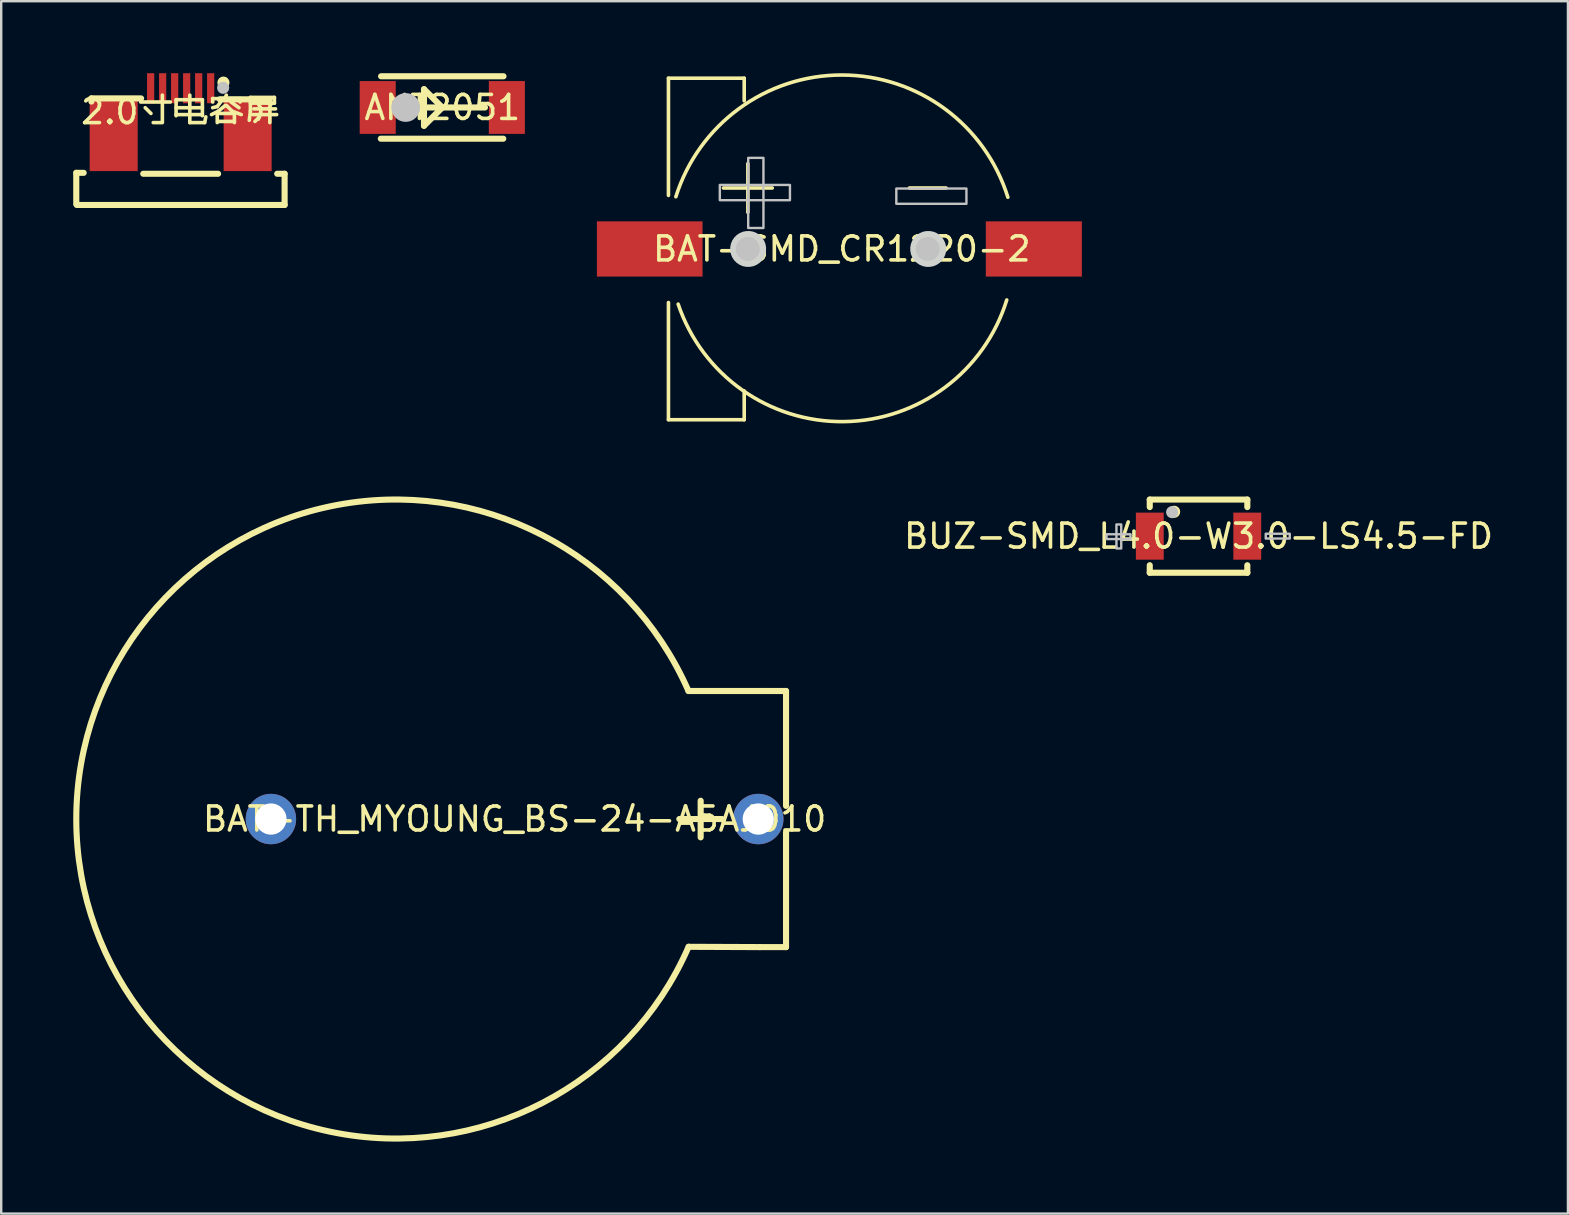
<source format=kicad_pcb>
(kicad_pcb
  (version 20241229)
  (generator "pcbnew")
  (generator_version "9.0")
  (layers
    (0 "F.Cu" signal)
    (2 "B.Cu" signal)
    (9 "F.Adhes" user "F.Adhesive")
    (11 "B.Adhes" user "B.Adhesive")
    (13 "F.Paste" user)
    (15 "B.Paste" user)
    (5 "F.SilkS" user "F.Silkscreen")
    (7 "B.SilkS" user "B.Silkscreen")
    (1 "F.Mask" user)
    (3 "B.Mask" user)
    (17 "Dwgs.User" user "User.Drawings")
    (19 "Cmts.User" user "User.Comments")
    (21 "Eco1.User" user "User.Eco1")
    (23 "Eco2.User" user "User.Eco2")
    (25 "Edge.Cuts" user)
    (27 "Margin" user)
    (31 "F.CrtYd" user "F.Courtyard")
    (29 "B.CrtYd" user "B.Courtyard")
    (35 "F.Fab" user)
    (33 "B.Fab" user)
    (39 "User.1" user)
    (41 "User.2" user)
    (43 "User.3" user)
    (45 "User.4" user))
  (footprint "BAT-SMD_CR1220-2"
    (layer "F.Cu")
    (at 32.013 7.32)
    (property "Reference" "BAT-SMD_CR1220-2" (at 0 0 0) (layer "F.SilkS") (effects (font (size 1 1) (thickness 0.15))))
    (fp_line (start -7.22 -7.112) (end -7.22 -2.231) (stroke (width 0.15) (type default)) (layer "F.SilkS"))
    (fp_line (start -7.22 2.231) (end -7.22 7.112) (stroke (width 0.15) (type default)) (layer "F.SilkS"))
    (fp_line (start -7.22 7.112) (end -4.064 7.112) (stroke (width 0.15) (type default)) (layer "F.SilkS"))
    (fp_line (start -4.928 -2.54) (end -2.896 -2.54) (stroke (width 0.15) (type default)) (layer "F.SilkS"))
    (fp_line (start -4.064 -7.112) (end -7.22 -7.112) (stroke (width 0.15) (type default)) (layer "F.SilkS"))
    (fp_line (start -4.064 -6.17) (end -4.064 -7.112) (stroke (width 0.15) (type default)) (layer "F.SilkS"))
    (fp_line (start -4.064 7.112) (end -4.064 5.912) (stroke (width 0.15) (type default)) (layer "F.SilkS"))
    (fp_line (start -3.912 -1.524) (end -3.912 -3.556) (stroke (width 0.15) (type default)) (layer "F.SilkS"))
    (fp_line (start 2.82 -2.54) (end 4.343 -2.54) (stroke (width 0.15) (type default)) (layer "F.SilkS"))
    (fp_arc (start -6.911 -2.175) (mid 0.010991 -7.245166) (end 6.9175 -2.154) (stroke (width 0.15) (type default)) (layer "F.SilkS"))
    (fp_arc (start 6.8715 2.124) (mid 0.091157 7.191702) (end -6.8155 2.2975) (stroke (width 0.15) (type default)) (layer "F.SilkS"))
    (fp_circle (center -3.912 0) (end -3.662 0) (stroke (width 0.5) (type default)) (fill no) (layer "Dwgs.User"))
    (fp_circle (center 3.582 0) (end 3.832 0) (stroke (width 0.5) (type default)) (fill no) (layer "Dwgs.User"))
    (fp_poly (pts (xy -5.08 -2.667) (xy -2.159 -2.667) (xy -2.159 -2.032) (xy -5.08 -2.032)) (stroke (width 0.1) (type default)) (fill no) (layer "Dwgs.User"))
    (fp_poly (pts (xy -3.898 -0.874) (xy -3.898 -3.795) (xy -3.263 -3.795) (xy -3.263 -0.874)) (stroke (width 0.1) (type default)) (fill no) (layer "Dwgs.User"))
    (fp_poly (pts (xy 2.272 -2.516) (xy 5.192 -2.516) (xy 5.192 -1.881) (xy 2.272 -1.881)) (stroke (width 0.1) (type default)) (fill no) (layer "Dwgs.User"))
    (fp_poly (pts (xy -3.154 -0.074) (xy -3.182 -0.218) (xy -3.239 -0.354) (xy -3.32 -0.476) (xy -3.424 -0.58) (xy -3.546 -0.661) (xy -3.682 -0.718) (xy -3.826 -0.746) (xy -3.974 -0.746) (xy -4.118 -0.718) (xy -4.254 -0.661) (xy -4.376 -0.58) (xy -4.48 -0.476) (xy -4.561 -0.354) (xy -4.618 -0.218) (xy -4.646 -0.074) (xy -4.646 0.074) (xy -4.618 0.218) (xy -4.561 0.354) (xy -4.48 0.476) (xy -4.376 0.58) (xy -4.254 0.661) (xy -4.118 0.718) (xy -3.974 0.746) (xy -3.826 0.746) (xy -3.682 0.718) (xy -3.546 0.661) (xy -3.424 0.58) (xy -3.32 0.476) (xy -3.239 0.354) (xy -3.182 0.218) (xy -3.154 0.074)) (stroke (width 0) (type default)) (fill yes) (layer "Edge.Cuts"))
    (fp_poly (pts (xy 4.346 -0.074) (xy 4.318 -0.218) (xy 4.261 -0.354) (xy 4.18 -0.476) (xy 4.076 -0.58) (xy 3.954 -0.661) (xy 3.818 -0.718) (xy 3.674 -0.746) (xy 3.526 -0.746) (xy 3.382 -0.718) (xy 3.246 -0.661) (xy 3.124 -0.58) (xy 3.02 -0.476) (xy 2.939 -0.354) (xy 2.882 -0.218) (xy 2.854 -0.074) (xy 2.854 0.074) (xy 2.882 0.218) (xy 2.939 0.354) (xy 3.02 0.476) (xy 3.124 0.58) (xy 3.246 0.661) (xy 3.382 0.718) (xy 3.526 0.746) (xy 3.674 0.746) (xy 3.818 0.718) (xy 3.954 0.661) (xy 4.076 0.58) (xy 4.18 0.476) (xy 4.261 0.354) (xy 4.318 0.218) (xy 4.346 0.074)) (stroke (width 0) (type default)) (fill yes) (layer "Edge.Cuts"))
    (fp_poly (pts (xy -10.02 -0.9) (xy -6.62 -0.9) (xy -6.62 0.9) (xy -10.02 0.9)) (stroke (width 0.1) (type default)) (fill no) (layer "User.1"))
    (fp_poly (pts (xy 9.32 0.9) (xy 5.92 0.9) (xy 5.92 -0.9) (xy 9.32 -0.9)) (stroke (width 0.1) (type default)) (fill no) (layer "User.1"))
    (fp_line (start -7.239 0.523) (end -7.239 7.127) (stroke (width 0.051) (type default)) (layer "User.2"))
    (fp_line (start -7.239 7.127) (end -4.064 7.127) (stroke (width 0.051) (type default)) (layer "User.2"))
    (fp_line (start -7.227 -7.143) (end -7.227 0.511) (stroke (width 0.051) (type default)) (layer "User.2"))
    (fp_line (start -7.227 0.511) (end -7.239 0.523) (stroke (width 0.051) (type default)) (layer "User.2"))
    (fp_line (start -4.064 5.857) (end -4.04 5.967) (stroke (width 0.051) (type default)) (layer "User.2"))
    (fp_line (start -4.064 7.127) (end -4.064 5.857) (stroke (width 0.051) (type default)) (layer "User.2"))
    (fp_line (start -4.04 5.967) (end -3.896 6.049) (stroke (width 0.051) (type default)) (layer "User.2"))
    (fp_line (start -4.034 -6.027) (end -4.029 -6.158) (stroke (width 0.051) (type default)) (layer "User.2"))
    (fp_line (start -4.029 -7.138) (end -4.025 -7.143) (stroke (width 0.051) (type default)) (layer "User.2"))
    (fp_line (start -4.029 -6.158) (end -4.029 -7.138) (stroke (width 0.051) (type default)) (layer "User.2"))
    (fp_line (start -4.025 -7.143) (end -7.227 -7.143) (stroke (width 0.051) (type default)) (layer "User.2"))
    (fp_line (start -3.896 6.049) (end -3.645 6.212) (stroke (width 0.051) (type default)) (layer "User.2"))
    (fp_line (start -3.893 -6.12) (end -4.034 -6.027) (stroke (width 0.051) (type default)) (layer "User.2"))
    (fp_line (start -3.737 -6.213) (end -3.893 -6.12) (stroke (width 0.051) (type default)) (layer "User.2"))
    (fp_line (start -3.645 6.212) (end -3.131 6.487) (stroke (width 0.051) (type default)) (layer "User.2"))
    (fp_line (start -3.534 -6.328) (end -3.737 -6.213) (stroke (width 0.051) (type default)) (layer "User.2"))
    (fp_line (start -3.131 6.487) (end -2.614 6.71) (stroke (width 0.051) (type default)) (layer "User.2"))
    (fp_line (start -2.704 -6.719) (end -3.534 -6.328) (stroke (width 0.051) (type default)) (layer "User.2"))
    (fp_line (start -2.614 6.71) (end -2.092 6.899) (stroke (width 0.051) (type default)) (layer "User.2"))
    (fp_line (start -2.26 -6.874) (end -2.704 -6.719) (stroke (width 0.051) (type default)) (layer "User.2"))
    (fp_line (start -2.092 6.899) (end -1.569 7.029) (stroke (width 0.051) (type default)) (layer "User.2"))
    (fp_line (start -1.822 -7.002) (end -2.26 -6.874) (stroke (width 0.051) (type default)) (layer "User.2"))
    (fp_line (start -1.569 7.029) (end -1.044 7.132) (stroke (width 0.051) (type default)) (layer "User.2"))
    (fp_line (start -1.373 -7.107) (end -1.822 -7.002) (stroke (width 0.051) (type default)) (layer "User.2"))
    (fp_line (start -1.044 7.132) (end -0.521 7.188) (stroke (width 0.051) (type default)) (layer "User.2"))
    (fp_line (start -0.913 -7.183) (end -1.373 -7.107) (stroke (width 0.051) (type default)) (layer "User.2"))
    (fp_line (start -0.521 7.188) (end 0.003 7.206) (stroke (width 0.051) (type default)) (layer "User.2"))
    (fp_line (start -0.43 -7.221) (end -0.913 -7.183) (stroke (width 0.051) (type default)) (layer "User.2"))
    (fp_line (start 0.003 7.206) (end 0.544 7.183) (stroke (width 0.051) (type default)) (layer "User.2"))
    (fp_line (start 0.047 -7.243) (end -0.43 -7.221) (stroke (width 0.051) (type default)) (layer "User.2"))
    (fp_line (start 0.544 7.183) (end 1.091 7.119) (stroke (width 0.051) (type default)) (layer "User.2"))
    (fp_line (start 0.92 -7.184) (end 0.047 -7.243) (stroke (width 0.051) (type default)) (layer "User.2"))
    (fp_line (start 1.091 7.119) (end 2.166 6.879) (stroke (width 0.051) (type default)) (layer "User.2"))
    (fp_line (start 1.359 -7.109) (end 0.92 -7.184) (stroke (width 0.051) (type default)) (layer "User.2"))
    (fp_line (start 1.772 -7.014) (end 1.359 -7.109) (stroke (width 0.051) (type default)) (layer "User.2"))
    (fp_line (start 2.166 6.879) (end 3.118 6.481) (stroke (width 0.051) (type default)) (layer "User.2"))
    (fp_line (start 2.202 -6.897) (end 1.772 -7.014) (stroke (width 0.051) (type default)) (layer "User.2"))
    (fp_line (start 2.616 -6.753) (end 2.202 -6.897) (stroke (width 0.051) (type default)) (layer "User.2"))
    (fp_line (start 3.118 6.481) (end 3.59 6.239) (stroke (width 0.051) (type default)) (layer "User.2"))
    (fp_line (start 3.437 -6.38) (end 2.616 -6.753) (stroke (width 0.051) (type default)) (layer "User.2"))
    (fp_line (start 3.59 6.239) (end 4.033 5.952) (stroke (width 0.051) (type default)) (layer "User.2"))
    (fp_line (start 4.033 5.952) (end 4.359 5.715) (stroke (width 0.051) (type default)) (layer "User.2"))
    (fp_line (start 4.303 -5.829) (end 3.437 -6.38) (stroke (width 0.051) (type default)) (layer "User.2"))
    (fp_line (start 4.359 5.715) (end 4.665 5.454) (stroke (width 0.051) (type default)) (layer "User.2"))
    (fp_line (start 4.665 5.454) (end 4.979 5.171) (stroke (width 0.051) (type default)) (layer "User.2"))
    (fp_line (start 4.691 -5.511) (end 4.303 -5.829) (stroke (width 0.051) (type default)) (layer "User.2"))
    (fp_line (start 4.979 5.171) (end 5.277 4.875) (stroke (width 0.051) (type default)) (layer "User.2"))
    (fp_line (start 5.066 -5.174) (end 4.691 -5.511) (stroke (width 0.051) (type default)) (layer "User.2"))
    (fp_line (start 5.277 4.875) (end 5.559 4.55) (stroke (width 0.051) (type default)) (layer "User.2"))
    (fp_line (start 5.559 4.55) (end 5.813 4.226) (stroke (width 0.051) (type default)) (layer "User.2"))
    (fp_line (start 5.711 -4.465) (end 5.066 -5.174) (stroke (width 0.051) (type default)) (layer "User.2"))
    (fp_line (start 5.813 4.226) (end 6.281 3.543) (stroke (width 0.051) (type default)) (layer "User.2"))
    (fp_line (start 6.281 -3.597) (end 5.711 -4.465) (stroke (width 0.051) (type default)) (layer "User.2"))
    (fp_line (start 6.281 3.543) (end 6.681 2.672) (stroke (width 0.051) (type default)) (layer "User.2"))
    (fp_line (start 6.67 -2.83) (end 6.281 -3.597) (stroke (width 0.051) (type default)) (layer "User.2"))
    (fp_line (start 6.681 2.672) (end 6.987 1.839) (stroke (width 0.051) (type default)) (layer "User.2"))
    (fp_line (start 6.938 -2.064) (end 6.67 -2.83) (stroke (width 0.051) (type default)) (layer "User.2"))
    (fp_line (start 6.987 1.839) (end 7.155 1.399) (stroke (width 0.051) (type default)) (layer "User.2"))
    (fp_line (start 7.155 1.399) (end 7.258 0.92) (stroke (width 0.051) (type default)) (layer "User.2"))
    (fp_line (start 7.241 -1.032) (end 6.938 -2.064) (stroke (width 0.051) (type default)) (layer "User.2"))
    (fp_line (start 7.258 0.92) (end 7.333 0.461) (stroke (width 0.051) (type default)) (layer "User.2"))
    (fp_line (start 7.333 0.461) (end 7.381 0.006) (stroke (width 0.051) (type default)) (layer "User.2"))
    (fp_line (start 7.345 -0.515) (end 7.241 -1.032) (stroke (width 0.051) (type default)) (layer "User.2"))
    (fp_line (start 7.381 0.006) (end 7.345 -0.515) (stroke (width 0.051) (type default)) (layer "User.2"))
    (fp_poly (pts (xy -9.965 7.183) (xy -9.997 7.151) (xy -10.043 7.151) (xy -10.075 7.183) (xy -10.075 7.229) (xy -10.043 7.261) (xy -9.997 7.261) (xy -9.965 7.229)) (stroke (width 0.1) (type default)) (fill no) (layer "User.3"))
    (pad "1" smd rect (at -8 0 180) (size 4.4 2.3) (layers "F.Cu" "F.Mask" "F.Paste"))
    (pad "2" smd rect (at 8 0 180) (size 4 2.3) (layers "F.Cu" "F.Mask" "F.Paste")))
  (footprint "2.0寸电容屏"
    (layer "F.Cu")
    (at 4.475 1.601)
    (property "Reference" "2.0寸电容屏" (at 0 0 0) (layer "F.SilkS") (effects (font (size 1 1) (thickness 0.15))))
    (fp_line (start -4.348 2.548) (end -4.039 2.548) (stroke (width 0.254) (type default)) (layer "F.SilkS"))
    (fp_line (start -4.348 3.848) (end -4.348 2.548) (stroke (width 0.254) (type default)) (layer "F.SilkS"))
    (fp_line (start -3.718 -0.552) (end -3.718 -0.421) (stroke (width 0.254) (type default)) (layer "F.SilkS"))
    (fp_line (start -3.718 -0.552) (end -1.649 -0.552) (stroke (width 0.254) (type default)) (layer "F.SilkS"))
    (fp_line (start -1.559 2.587) (end 1.559 2.587) (stroke (width 0.254) (type default)) (layer "F.SilkS"))
    (fp_line (start 1.631 -0.514) (end 3.7 -0.514) (stroke (width 0.254) (type default)) (layer "F.SilkS"))
    (fp_line (start 3.7 -0.514) (end 3.7 -0.383) (stroke (width 0.254) (type default)) (layer "F.SilkS"))
    (fp_line (start 4.33 2.587) (end 4.021 2.587) (stroke (width 0.254) (type default)) (layer "F.SilkS"))
    (fp_line (start 4.33 3.886) (end -4.33 3.886) (stroke (width 0.254) (type default)) (layer "F.SilkS"))
    (fp_line (start 4.33 3.886) (end 4.33 2.587) (stroke (width 0.254) (type default)) (layer "F.SilkS"))
    (fp_circle (center 1.782 -1.21) (end 1.909 -1.21) (stroke (width 0.254) (type default)) (fill no) (layer "F.SilkS"))
    (fp_circle (center 1.77 -0.994) (end 1.897 -0.994) (stroke (width 0.254) (type default)) (fill no) (layer "Dwgs.User"))
    (fp_poly (pts (xy -3.54 -0.274) (xy -2.04 -0.274) (xy -2.04 2.226) (xy -3.54 2.226)) (stroke (width 0.1) (type default)) (fill no) (layer "User.1"))
    (fp_poly (pts (xy -1.35 -1.414) (xy -1.15 -1.414) (xy -1.15 -0.814) (xy -1.35 -0.814)) (stroke (width 0.1) (type default)) (fill no) (layer "User.1"))
    (fp_poly (pts (xy -1.35 -0.294) (xy -1.35 -0.894) (xy -1.15 -0.894) (xy -1.15 -0.294)) (stroke (width 0.1) (type default)) (fill no) (layer "User.1"))
    (fp_poly (pts (xy -0.85 -1.414) (xy -0.65 -1.414) (xy -0.65 -0.814) (xy -0.85 -0.814)) (stroke (width 0.1) (type default)) (fill no) (layer "User.1"))
    (fp_poly (pts (xy -0.85 -0.294) (xy -0.85 -0.894) (xy -0.65 -0.894) (xy -0.65 -0.294)) (stroke (width 0.1) (type default)) (fill no) (layer "User.1"))
    (fp_poly (pts (xy -0.35 -1.414) (xy -0.15 -1.414) (xy -0.15 -0.814) (xy -0.35 -0.814)) (stroke (width 0.1) (type default)) (fill no) (layer "User.1"))
    (fp_poly (pts (xy -0.35 -0.294) (xy -0.35 -0.894) (xy -0.15 -0.894) (xy -0.15 -0.294)) (stroke (width 0.1) (type default)) (fill no) (layer "User.1"))
    (fp_poly (pts (xy 0.15 -1.414) (xy 0.35 -1.414) (xy 0.35 -0.814) (xy 0.15 -0.814)) (stroke (width 0.1) (type default)) (fill no) (layer "User.1"))
    (fp_poly (pts (xy 0.15 -0.294) (xy 0.15 -0.894) (xy 0.35 -0.894) (xy 0.35 -0.294)) (stroke (width 0.1) (type default)) (fill no) (layer "User.1"))
    (fp_poly (pts (xy 0.65 -1.414) (xy 0.85 -1.414) (xy 0.85 -0.814) (xy 0.65 -0.814)) (stroke (width 0.1) (type default)) (fill no) (layer "User.1"))
    (fp_poly (pts (xy 0.65 -0.294) (xy 0.65 -0.894) (xy 0.85 -0.894) (xy 0.85 -0.294)) (stroke (width 0.1) (type default)) (fill no) (layer "User.1"))
    (fp_poly (pts (xy 1.15 -1.413) (xy 1.35 -1.413) (xy 1.35 -0.814) (xy 1.15 -0.814)) (stroke (width 0.1) (type default)) (fill no) (layer "User.1"))
    (fp_poly (pts (xy 1.15 -0.294) (xy 1.15 -0.894) (xy 1.35 -0.894) (xy 1.35 -0.294)) (stroke (width 0.1) (type default)) (fill no) (layer "User.1"))
    (fp_poly (pts (xy 2.04 -0.274) (xy 3.54 -0.274) (xy 3.54 2.226) (xy 2.04 2.226)) (stroke (width 0.1) (type default)) (fill no) (layer "User.1"))
    (fp_line (start -4.32 2.596) (end -4.32 3.897) (stroke (width 0.051) (type default)) (layer "User.2"))
    (fp_line (start -4.32 3.897) (end 4.33 3.897) (stroke (width 0.051) (type default)) (layer "User.2"))
    (fp_line (start -3.68 -0.523) (end -3.68 2.596) (stroke (width 0.051) (type default)) (layer "User.2"))
    (fp_line (start -3.68 2.596) (end -4.32 2.596) (stroke (width 0.051) (type default)) (layer "User.2"))
    (fp_line (start -3.67 -0.513) (end -3.68 -0.523) (stroke (width 0.051) (type default)) (layer "User.2"))
    (fp_line (start 3.68 -0.513) (end -3.67 -0.513) (stroke (width 0.051) (type default)) (layer "User.2"))
    (fp_line (start 3.68 2.587) (end 3.68 -0.513) (stroke (width 0.051) (type default)) (layer "User.2"))
    (fp_line (start 4.33 2.587) (end 3.68 2.587) (stroke (width 0.051) (type default)) (layer "User.2"))
    (fp_line (start 4.33 3.897) (end 4.33 2.587) (stroke (width 0.051) (type default)) (layer "User.2"))
    (fp_poly (pts (xy 4.385 -1.437) (xy 4.353 -1.469) (xy 4.307 -1.469) (xy 4.275 -1.437) (xy 4.275 -1.391) (xy 4.307 -1.359) (xy 4.353 -1.359) (xy 4.385 -1.391)) (stroke (width 0.1) (type default)) (fill no) (layer "User.3"))
    (pad "1" smd rect (at 1.25 -0.976) (size 0.3 1.25) (layers "F.Cu" "F.Mask" "F.Paste"))
    (pad "2" smd rect (at 0.75 -0.976) (size 0.3 1.25) (layers "F.Cu" "F.Mask" "F.Paste"))
    (pad "3" smd rect (at 0.25 -0.976) (size 0.3 1.25) (layers "F.Cu" "F.Mask" "F.Paste"))
    (pad "4" smd rect (at -0.25 -0.976) (size 0.3 1.25) (layers "F.Cu" "F.Mask" "F.Paste"))
    (pad "5" smd rect (at -0.75 -0.976) (size 0.3 1.25) (layers "F.Cu" "F.Mask" "F.Paste"))
    (pad "6" smd rect (at -1.25 -0.976) (size 0.3 1.25) (layers "F.Cu" "F.Mask" "F.Paste"))
    (pad "7" smd rect (at -2.79 0.976) (size 2 3) (layers "F.Cu" "F.Mask" "F.Paste"))
    (pad "8" smd rect (at 2.79 0.976) (size 2 3) (layers "F.Cu" "F.Mask" "F.Paste")))
  (footprint "BAT-TH_MYOUNG_BS-24-A5AJ010"
    (layer "F.Cu")
    (at 18.385 31.066)
    (property "Reference" "BAT-TH_MYOUNG_BS-24-A5AJ010" (at 0 0 0) (layer "F.SilkS") (effects (font (size 1 1) (thickness 0.15))))
    (fp_line (start 6.861 0) (end 8.639 0) (stroke (width 0.254) (type default)) (layer "F.SilkS"))
    (fp_line (start 7.242 -5.334) (end 10.343 -5.334) (stroke (width 0.254) (type default)) (layer "F.SilkS"))
    (fp_line (start 7.247 5.322) (end 10.216 5.334) (stroke (width 0.254) (type default)) (layer "F.SilkS"))
    (fp_line (start 7.75 -0.762) (end 7.75 0.762) (stroke (width 0.254) (type default)) (layer "F.SilkS"))
    (fp_line (start 10.216 5.334) (end 11.306 5.334) (stroke (width 0.254) (type default)) (layer "F.SilkS"))
    (fp_line (start 11.306 -5.334) (end 10.343 -5.334) (stroke (width 0.254) (type default)) (layer "F.SilkS"))
    (fp_line (start 11.306 -0.548) (end 11.306 -5.334) (stroke (width 0.254) (type default)) (layer "F.SilkS"))
    (fp_line (start 11.306 5.334) (end 11.306 0.548) (stroke (width 0.254) (type default)) (layer "F.SilkS"))
    (fp_arc (start 7.2475 5.321) (mid -18.257592 0.007057) (end 7.242 -5.334) (stroke (width 0.254) (type default)) (layer "F.SilkS"))
    (pad "1" thru_hole circle (at 10.15 0) (size 2.1 2.1) (drill 1.3) (layers "*.Cu" "*.Mask"))
    (pad "2" thru_hole circle (at -10.15 0) (size 2.1 2.1) (drill 1.3) (layers "*.Cu" "*.Mask")))
  (footprint "ANT2051"
    (layer "F.Cu")
    (at 15.373 1.427)
    (property "Reference" "ANT2051" (at 0 0 0) (layer "F.SilkS") (effects (font (size 1 1) (thickness 0.15))))
    (fp_line (start -2.55 -1.3) (end 2.55 -1.3) (stroke (width 0.254) (type default)) (layer "F.SilkS"))
    (fp_line (start -0.762 -0.762) (end -0.762 0.762) (stroke (width 0.254) (type default)) (layer "F.SilkS"))
    (fp_line (start -0.762 0) (end 1.778 0) (stroke (width 0.254) (type default)) (layer "F.SilkS"))
    (fp_line (start -0.762 0.762) (end 0 0) (stroke (width 0.254) (type default)) (layer "F.SilkS"))
    (fp_line (start 0 0) (end -0.762 -0.762) (stroke (width 0.254) (type default)) (layer "F.SilkS"))
    (fp_line (start 2.54 1.3) (end -2.561 1.3) (stroke (width 0.254) (type default)) (layer "F.SilkS"))
    (fp_circle (center -1.524 0) (end -1.27 0) (stroke (width 0.254) (type default)) (fill no) (layer "F.SilkS"))
    (fp_circle (center -1.524 0) (end -1.224 0) (stroke (width 0.6) (type default)) (fill no) (layer "Dwgs.User"))
    (fp_poly (pts (xy -2.55 -1.001) (xy -1.95 -1.001) (xy -1.95 1.001) (xy -2.55 1.001)) (stroke (width 0.1) (type default)) (fill no) (layer "User.1"))
    (fp_poly (pts (xy 2.55 1.001) (xy 1.95 1.001) (xy 1.95 -1.001) (xy 2.55 -1.001)) (stroke (width 0.1) (type default)) (fill no) (layer "User.1"))
    (fp_line (start -2.55 -1.001) (end 2.55 -1.001) (stroke (width 0.051) (type default)) (layer "User.2"))
    (fp_line (start -2.55 1.001) (end -2.55 -1.001) (stroke (width 0.051) (type default)) (layer "User.2"))
    (fp_line (start 2.55 -1.001) (end 2.55 1.001) (stroke (width 0.051) (type default)) (layer "User.2"))
    (fp_line (start 2.55 1.001) (end -2.55 1.001) (stroke (width 0.051) (type default)) (layer "User.2"))
    (fp_poly (pts (xy -2.453 0.982) (xy -2.468 0.946) (xy -2.495 0.919) (xy -2.531 0.904) (xy -2.569 0.904) (xy -2.605 0.919) (xy -2.632 0.946) (xy -2.647 0.982) (xy -2.647 1.02) (xy -2.632 1.056) (xy -2.605 1.083) (xy -2.569 1.098) (xy -2.531 1.098) (xy -2.495 1.083) (xy -2.468 1.056) (xy -2.453 1.02)) (stroke (width 0.1) (type default)) (fill no) (layer "User.3"))
    (pad "1" smd rect (at -2.69 0) (size 1.501 2.2) (layers "F.Cu" "F.Mask" "F.Paste"))
    (pad "2" smd rect (at 2.69 0) (size 1.501 2.2) (layers "F.Cu" "F.Mask" "F.Paste")))
  (footprint "BUZ-SMD_L4.0-W3.0-LS4.5-FD"
    (layer "F.Cu")
    (at 46.873 19.283)
    (property "Reference" "BUZ-SMD_L4.0-W3.0-LS4.5-FD" (at 0 0 0) (layer "F.SilkS") (effects (font (size 1 1) (thickness 0.15))))
    (fp_line (start -2.032 -1.524) (end 2.032 -1.524) (stroke (width 0.254) (type default)) (layer "F.SilkS"))
    (fp_line (start -2.032 -1.211) (end -2.032 -1.524) (stroke (width 0.254) (type default)) (layer "F.SilkS"))
    (fp_line (start -2.032 1.524) (end -2.032 1.211) (stroke (width 0.254) (type default)) (layer "F.SilkS"))
    (fp_line (start 2.032 -1.524) (end 2.032 -1.211) (stroke (width 0.254) (type default)) (layer "F.SilkS"))
    (fp_line (start 2.032 1.211) (end 2.032 1.524) (stroke (width 0.254) (type default)) (layer "F.SilkS"))
    (fp_line (start 2.032 1.524) (end -2.032 1.524) (stroke (width 0.254) (type default)) (layer "F.SilkS"))
    (fp_circle (center -1.016 -1.016) (end -0.889 -1.016) (stroke (width 0.254) (type default)) (fill no) (layer "F.SilkS"))
    (fp_circle (center -1.1 -1) (end -0.973 -1) (stroke (width 0.254) (type default)) (fill no) (layer "Dwgs.User"))
    (fp_poly (pts (xy -3.834 0.12) (xy -2.834 0.12) (xy -2.834 -0.08) (xy -3.834 -0.08)) (stroke (width 0.1) (type default)) (fill no) (layer "Dwgs.User"))
    (fp_poly (pts (xy -3.22 0.513) (xy -3.22 -0.487) (xy -3.42 -0.487) (xy -3.42 0.513)) (stroke (width 0.1) (type default)) (fill no) (layer "Dwgs.User"))
    (fp_poly (pts (xy 2.8 0.1) (xy 3.8 0.1) (xy 3.8 -0.1) (xy 2.8 -0.1)) (stroke (width 0.1) (type default)) (fill no) (layer "Dwgs.User"))
    (fp_poly (pts (xy -2.25 0.7) (xy -1.65 0.7) (xy -1.65 -0.7) (xy -2.25 -0.7)) (stroke (width 0.1) (type default)) (fill no) (layer "User.1"))
    (fp_poly (pts (xy 2.25 0.7) (xy 1.65 0.7) (xy 1.65 -0.7) (xy 2.25 -0.7)) (stroke (width 0.1) (type default)) (fill no) (layer "User.1"))
    (fp_line (start -2 -1.5) (end -2 1.5) (stroke (width 0.051) (type default)) (layer "User.2"))
    (fp_line (start -2 1.5) (end 2 1.5) (stroke (width 0.051) (type default)) (layer "User.2"))
    (fp_line (start 2 -1.5) (end -2 -1.5) (stroke (width 0.051) (type default)) (layer "User.2"))
    (fp_line (start 2 1.5) (end 2 -1.5) (stroke (width 0.051) (type default)) (layer "User.2"))
    (fp_poly (pts (xy -2.195 1.477) (xy -2.227 1.445) (xy -2.273 1.445) (xy -2.305 1.477) (xy -2.305 1.523) (xy -2.273 1.555) (xy -2.227 1.555) (xy -2.195 1.523)) (stroke (width 0.1) (type default)) (fill no) (layer "User.3"))
    (pad "1" smd rect (at -2.03 0) (size 1.16 1.96) (layers "F.Cu" "F.Mask" "F.Paste"))
    (pad "2" smd rect (at 2.03 0) (size 1.16 1.96) (layers "F.Cu" "F.Mask" "F.Paste")))
  (gr_rect
    (start -3 -3)
    (end 62.26 47.501)
    (stroke (width 0.1) (type default))
    (fill no)
    (layer "Edge.Cuts")))
</source>
